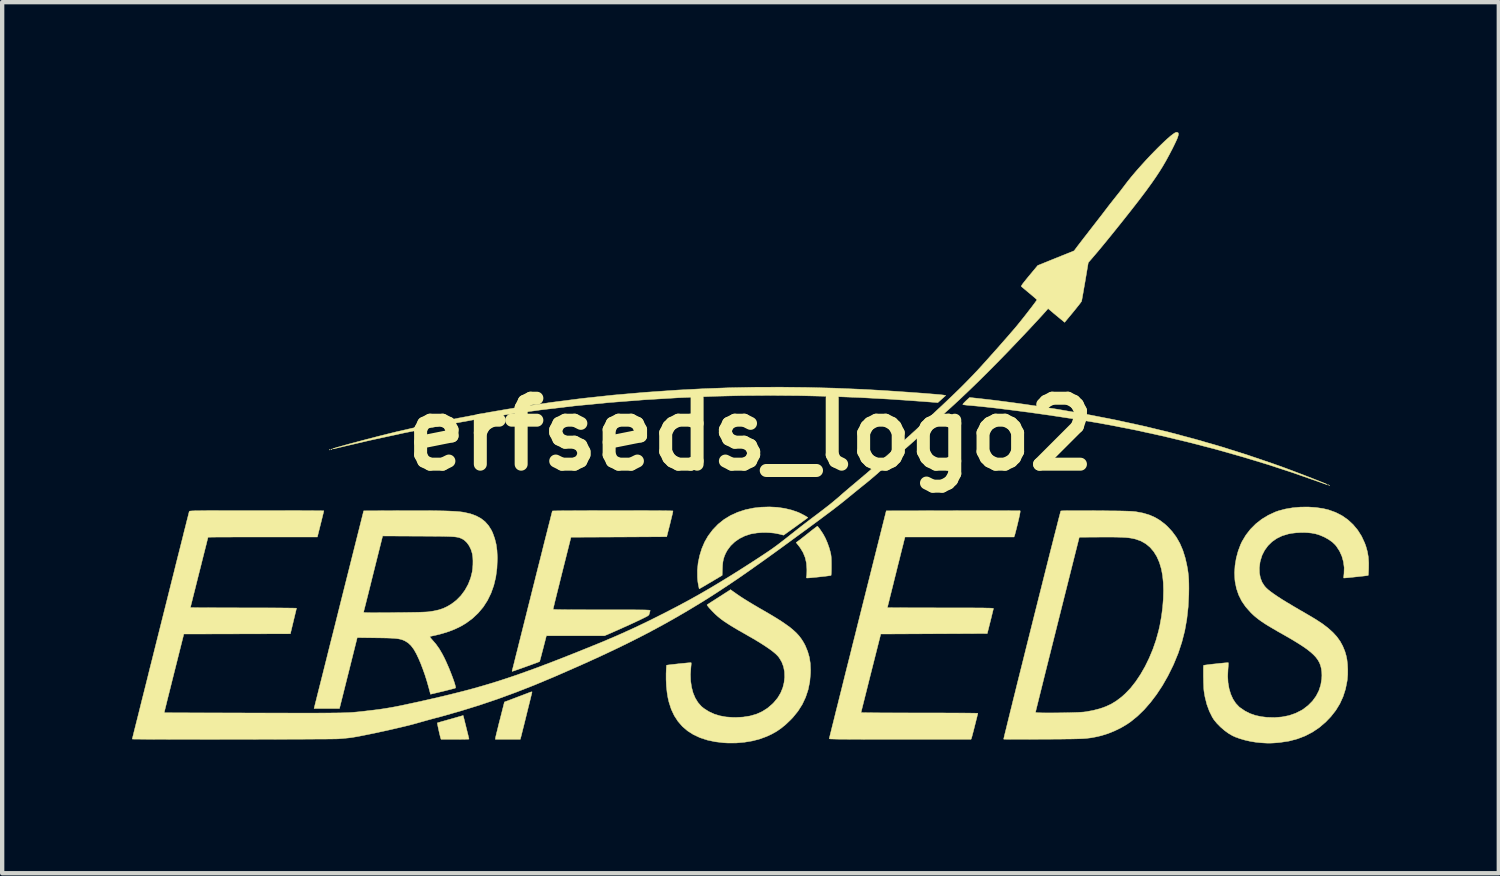
<source format=kicad_pcb>
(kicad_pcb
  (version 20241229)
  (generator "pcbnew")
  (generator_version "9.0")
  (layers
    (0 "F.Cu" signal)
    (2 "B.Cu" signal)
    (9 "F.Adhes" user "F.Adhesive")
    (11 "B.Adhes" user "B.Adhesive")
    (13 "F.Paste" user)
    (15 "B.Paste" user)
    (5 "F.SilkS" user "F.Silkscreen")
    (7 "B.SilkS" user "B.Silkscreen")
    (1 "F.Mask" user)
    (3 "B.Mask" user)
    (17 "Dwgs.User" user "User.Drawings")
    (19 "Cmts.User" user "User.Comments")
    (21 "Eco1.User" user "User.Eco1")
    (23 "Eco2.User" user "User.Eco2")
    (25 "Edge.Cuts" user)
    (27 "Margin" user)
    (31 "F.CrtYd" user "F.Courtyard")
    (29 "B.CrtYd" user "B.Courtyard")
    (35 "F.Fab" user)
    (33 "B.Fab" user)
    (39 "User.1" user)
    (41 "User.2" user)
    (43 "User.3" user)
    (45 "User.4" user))
  (footprint "erfseds_logo2"
    (layer "F.Cu")
    (at 14.285 6.982)
    (property "Reference" "erfseds_logo2" (at 0 0 0) (layer "F.SilkS") (effects (font (size 1.524 1.524) (thickness 0.3))))
    (attr through_hole)
    (fp_poly (pts (xy 13.377 1.18) (xy 13.372 1.185) (xy 13.366 1.18) (xy 13.372 1.174) (xy 13.377 1.18)) (stroke (width 0.01) (type solid)) (fill yes) (layer "F.SilkS"))
    (fp_poly (pts (xy -9.712 0.354) (xy -9.714 0.36) (xy -9.72 0.361) (xy -9.729 0.357) (xy -9.727 0.354) (xy -9.714 0.352) (xy -9.712 0.354)) (stroke (width 0.01) (type solid)) (fill yes) (layer "F.SilkS"))
    (fp_poly (pts (xy -9.666 0.343) (xy -9.67 0.348) (xy -9.681 0.349) (xy -9.693 0.346) (xy -9.688 0.342) (xy -9.67 0.341) (xy -9.666 0.343)) (stroke (width 0.01) (type solid)) (fill yes) (layer "F.SilkS"))
    (fp_poly (pts (xy 13.351 1.167) (xy 13.349 1.173) (xy 13.343 1.174) (xy 13.334 1.17) (xy 13.336 1.167) (xy 13.349 1.165) (xy 13.351 1.167)) (stroke (width 0.01) (type solid)) (fill yes) (layer "F.SilkS"))
    (fp_poly (pts (xy -5.046 5.95) (xy -5.049 5.962) (xy -5.056 5.994) (xy -5.068 6.042) (xy -5.083 6.104) (xy -5.101 6.178) (xy -5.122 6.261) (xy -5.144 6.35) (xy -5.167 6.443) (xy -5.19 6.537) (xy -5.213 6.63) (xy -5.235 6.719) (xy -5.256 6.801) (xy -5.274 6.873) (xy -5.289 6.934) (xy -5.301 6.981) (xy -5.307 7.002) (xy -5.318 7.044) (xy -5.893 7.044) (xy -5.892 7.019) (xy -5.889 7.002) (xy -5.881 6.967) (xy -5.869 6.914) (xy -5.852 6.848) (xy -5.833 6.77) (xy -5.812 6.683) (xy -5.788 6.591) (xy -5.787 6.588) (xy -5.684 6.182) (xy -5.424 6.084) (xy -5.349 6.055) (xy -5.276 6.028) (xy -5.212 6.003) (xy -5.158 5.983) (xy -5.12 5.968) (xy -5.105 5.962) (xy -5.074 5.951) (xy -5.052 5.947) (xy -5.046 5.95)) (stroke (width 0.01) (type solid)) (fill yes) (layer "F.SilkS"))
    (fp_poly (pts (xy -6.627 6.535) (xy -6.618 6.569) (xy -6.606 6.616) (xy -6.592 6.674) (xy -6.576 6.737) (xy -6.56 6.803) (xy -6.544 6.867) (xy -6.529 6.926) (xy -6.517 6.976) (xy -6.508 7.014) (xy -6.503 7.035) (xy -6.502 7.038) (xy -6.513 7.04) (xy -6.544 7.041) (xy -6.591 7.042) (xy -6.653 7.043) (xy -6.726 7.044) (xy -6.807 7.044) (xy -6.824 7.044) (xy -7.146 7.044) (xy -7.156 7.019) (xy -7.163 6.996) (xy -7.172 6.959) (xy -7.184 6.911) (xy -7.196 6.858) (xy -7.208 6.803) (xy -7.219 6.752) (xy -7.227 6.709) (xy -7.233 6.679) (xy -7.234 6.666) (xy -7.234 6.665) (xy -7.222 6.661) (xy -7.191 6.652) (xy -7.146 6.638) (xy -7.088 6.622) (xy -7.02 6.603) (xy -6.987 6.593) (xy -6.913 6.573) (xy -6.843 6.553) (xy -6.781 6.535) (xy -6.732 6.521) (xy -6.699 6.512) (xy -6.692 6.51) (xy -6.638 6.493) (xy -6.627 6.535)) (stroke (width 0.01) (type solid)) (fill yes) (layer "F.SilkS"))
    (fp_poly (pts (xy 1.555 2.131) (xy 1.575 2.156) (xy 1.602 2.191) (xy 1.632 2.235) (xy 1.663 2.281) (xy 1.684 2.315) (xy 1.732 2.405) (xy 1.777 2.51) (xy 1.817 2.623) (xy 1.838 2.698) (xy 1.849 2.742) (xy 1.857 2.781) (xy 1.862 2.819) (xy 1.865 2.861) (xy 1.867 2.912) (xy 1.868 2.978) (xy 1.868 3.033) (xy 1.868 3.101) (xy 1.867 3.161) (xy 1.865 3.209) (xy 1.862 3.243) (xy 1.86 3.258) (xy 1.86 3.258) (xy 1.847 3.261) (xy 1.816 3.266) (xy 1.769 3.272) (xy 1.712 3.279) (xy 1.647 3.286) (xy 1.578 3.294) (xy 1.51 3.301) (xy 1.444 3.307) (xy 1.387 3.313) (xy 1.341 3.316) (xy 1.309 3.318) (xy 1.306 3.318) (xy 1.294 3.316) (xy 1.29 3.302) (xy 1.294 3.277) (xy 1.298 3.248) (xy 1.3 3.203) (xy 1.301 3.149) (xy 1.301 3.11) (xy 1.291 2.972) (xy 1.262 2.846) (xy 1.214 2.729) (xy 1.146 2.617) (xy 1.119 2.582) (xy 1.053 2.499) (xy 1.096 2.468) (xy 1.118 2.452) (xy 1.154 2.425) (xy 1.201 2.388) (xy 1.256 2.345) (xy 1.315 2.298) (xy 1.338 2.28) (xy 1.395 2.234) (xy 1.447 2.194) (xy 1.49 2.161) (xy 1.522 2.137) (xy 1.541 2.124) (xy 1.544 2.122) (xy 1.555 2.131)) (stroke (width 0.01) (type solid)) (fill yes) (layer "F.SilkS"))
    (fp_poly (pts (xy 0.616 1.685) (xy 0.792 1.711) (xy 0.957 1.751) (xy 1.11 1.805) (xy 1.247 1.874) (xy 1.28 1.894) (xy 1.325 1.922) (xy 1.298 1.945) (xy 1.281 1.957) (xy 1.249 1.98) (xy 1.204 2.013) (xy 1.149 2.053) (xy 1.086 2.098) (xy 1.019 2.147) (xy 1.017 2.148) (xy 0.764 2.329) (xy 0.667 2.304) (xy 0.549 2.281) (xy 0.418 2.269) (xy 0.282 2.267) (xy 0.149 2.277) (xy 0.027 2.297) (xy -0.002 2.303) (xy -0.135 2.347) (xy -0.258 2.408) (xy -0.366 2.484) (xy -0.46 2.574) (xy -0.536 2.676) (xy -0.575 2.747) (xy -0.604 2.814) (xy -0.624 2.878) (xy -0.638 2.945) (xy -0.646 3.023) (xy -0.65 3.104) (xy -0.655 3.257) (xy -0.855 3.376) (xy -0.92 3.415) (xy -0.984 3.452) (xy -1.04 3.486) (xy -1.087 3.513) (xy -1.118 3.531) (xy -1.12 3.532) (xy -1.185 3.569) (xy -1.191 3.543) (xy -1.205 3.474) (xy -1.215 3.417) (xy -1.222 3.358) (xy -1.226 3.299) (xy -1.227 3.136) (xy -1.21 2.968) (xy -1.175 2.801) (xy -1.125 2.639) (xy -1.06 2.487) (xy -0.981 2.349) (xy -0.873 2.205) (xy -0.75 2.077) (xy -0.613 1.967) (xy -0.461 1.874) (xy -0.296 1.799) (xy -0.117 1.741) (xy 0.075 1.701) (xy 0.246 1.682) (xy 0.434 1.676) (xy 0.616 1.685)) (stroke (width 0.01) (type solid)) (fill yes) (layer "F.SilkS"))
    (fp_poly (pts (xy 5.248 -0.831) (xy 5.434 -0.81) (xy 5.639 -0.786) (xy 5.857 -0.758) (xy 6.083 -0.728) (xy 6.315 -0.696) (xy 6.547 -0.662) (xy 6.775 -0.628) (xy 6.995 -0.594) (xy 7.106 -0.576) (xy 7.769 -0.461) (xy 8.415 -0.335) (xy 9.046 -0.198) (xy 9.665 -0.049) (xy 10.276 0.114) (xy 10.881 0.289) (xy 11.483 0.479) (xy 12.085 0.684) (xy 12.333 0.773) (xy 12.41 0.802) (xy 12.495 0.833) (xy 12.586 0.868) (xy 12.681 0.904) (xy 12.778 0.941) (xy 12.874 0.978) (xy 12.966 1.014) (xy 13.053 1.048) (xy 13.131 1.079) (xy 13.199 1.106) (xy 13.254 1.129) (xy 13.294 1.146) (xy 13.316 1.156) (xy 13.32 1.158) (xy 13.321 1.161) (xy 13.314 1.161) (xy 13.295 1.155) (xy 13.263 1.145) (xy 13.216 1.128) (xy 13.152 1.105) (xy 13.089 1.083) (xy 12.521 0.884) (xy 11.936 0.693) (xy 11.337 0.512) (xy 10.729 0.34) (xy 10.115 0.181) (xy 9.5 0.034) (xy 8.887 -0.1) (xy 8.281 -0.219) (xy 8.213 -0.231) (xy 8.007 -0.268) (xy 7.789 -0.305) (xy 7.56 -0.342) (xy 7.322 -0.379) (xy 7.08 -0.416) (xy 6.834 -0.452) (xy 6.589 -0.487) (xy 6.346 -0.52) (xy 6.108 -0.551) (xy 5.878 -0.58) (xy 5.658 -0.607) (xy 5.451 -0.63) (xy 5.26 -0.65) (xy 5.087 -0.666) (xy 5.012 -0.672) (xy 4.967 -0.677) (xy 4.93 -0.682) (xy 4.907 -0.686) (xy 4.904 -0.687) (xy 4.906 -0.698) (xy 4.923 -0.72) (xy 4.953 -0.751) (xy 4.975 -0.773) (xy 5.06 -0.851) (xy 5.248 -0.831)) (stroke (width 0.01) (type solid)) (fill yes) (layer "F.SilkS"))
    (fp_poly (pts (xy 1.312 -1.083) (xy 1.929 -1.067) (xy 2.547 -1.041) (xy 2.709 -1.033) (xy 2.827 -1.026) (xy 2.953 -1.019) (xy 3.086 -1.011) (xy 3.223 -1.002) (xy 3.362 -0.993) (xy 3.501 -0.983) (xy 3.639 -0.974) (xy 3.773 -0.964) (xy 3.901 -0.955) (xy 4.022 -0.946) (xy 4.132 -0.937) (xy 4.231 -0.929) (xy 4.315 -0.922) (xy 4.384 -0.916) (xy 4.435 -0.91) (xy 4.465 -0.906) (xy 4.469 -0.905) (xy 4.508 -0.897) (xy 4.417 -0.815) (xy 4.326 -0.733) (xy 3.961 -0.761) (xy 3.249 -0.811) (xy 2.54 -0.85) (xy 1.838 -0.877) (xy 1.144 -0.894) (xy 0.462 -0.9) (xy -0.206 -0.895) (xy -0.824 -0.88) (xy -1.653 -0.846) (xy -2.468 -0.797) (xy -3.27 -0.734) (xy -4.063 -0.657) (xy -4.85 -0.564) (xy -5.634 -0.456) (xy -6.418 -0.332) (xy -7.204 -0.191) (xy -7.997 -0.034) (xy -8.799 0.14) (xy -9.265 0.249) (xy -9.368 0.273) (xy -9.452 0.293) (xy -9.517 0.308) (xy -9.567 0.32) (xy -9.603 0.328) (xy -9.628 0.333) (xy -9.643 0.336) (xy -9.651 0.337) (xy -9.653 0.336) (xy -9.651 0.335) (xy -9.651 0.334) (xy -9.637 0.328) (xy -9.603 0.317) (xy -9.551 0.301) (xy -9.483 0.282) (xy -9.401 0.259) (xy -9.308 0.233) (xy -9.205 0.205) (xy -9.094 0.176) (xy -8.977 0.145) (xy -8.857 0.113) (xy -8.735 0.082) (xy -8.614 0.05) (xy -8.495 0.02) (xy -8.38 -0.009) (xy -8.272 -0.035) (xy -8.184 -0.057) (xy -7.462 -0.224) (xy -6.746 -0.375) (xy -6.033 -0.51) (xy -5.322 -0.631) (xy -4.609 -0.737) (xy -3.891 -0.829) (xy -3.165 -0.907) (xy -2.428 -0.971) (xy -1.677 -1.023) (xy -1.061 -1.055) (xy -0.489 -1.076) (xy 0.099 -1.088) (xy 0.701 -1.09) (xy 1.312 -1.083)) (stroke (width 0.01) (type solid)) (fill yes) (layer "F.SilkS"))
    (fp_poly (pts (xy -0.42 3.618) (xy -0.335 3.678) (xy -0.246 3.739) (xy -0.149 3.802) (xy -0.042 3.868) (xy 0.079 3.941) (xy 0.215 4.021) (xy 0.299 4.069) (xy 0.457 4.161) (xy 0.595 4.244) (xy 0.716 4.321) (xy 0.821 4.393) (xy 0.913 4.46) (xy 0.991 4.525) (xy 1.059 4.588) (xy 1.117 4.651) (xy 1.167 4.716) (xy 1.211 4.783) (xy 1.251 4.854) (xy 1.265 4.882) (xy 1.319 5.013) (xy 1.358 5.147) (xy 1.38 5.288) (xy 1.387 5.441) (xy 1.385 5.52) (xy 1.368 5.715) (xy 1.33 5.899) (xy 1.272 6.073) (xy 1.195 6.237) (xy 1.097 6.392) (xy 0.978 6.539) (xy 0.92 6.599) (xy 0.813 6.701) (xy 0.709 6.786) (xy 0.604 6.859) (xy 0.49 6.923) (xy 0.372 6.978) (xy 0.214 7.036) (xy 0.042 7.081) (xy -0.14 7.111) (xy -0.328 7.128) (xy -0.518 7.129) (xy -0.615 7.124) (xy -0.816 7.1) (xy -1 7.061) (xy -1.167 7.006) (xy -1.319 6.935) (xy -1.454 6.849) (xy -1.572 6.748) (xy -1.675 6.63) (xy -1.761 6.498) (xy -1.831 6.349) (xy -1.884 6.185) (xy -1.907 6.087) (xy -1.928 5.957) (xy -1.943 5.814) (xy -1.95 5.665) (xy -1.95 5.52) (xy -1.949 5.505) (xy -1.947 5.446) (xy -1.944 5.395) (xy -1.942 5.358) (xy -1.94 5.337) (xy -1.939 5.334) (xy -1.927 5.331) (xy -1.896 5.326) (xy -1.85 5.321) (xy -1.792 5.314) (xy -1.728 5.307) (xy -1.659 5.299) (xy -1.59 5.292) (xy -1.524 5.286) (xy -1.466 5.28) (xy -1.419 5.276) (xy -1.386 5.274) (xy -1.372 5.274) (xy -1.372 5.274) (xy -1.37 5.287) (xy -1.371 5.317) (xy -1.375 5.359) (xy -1.377 5.38) (xy -1.388 5.543) (xy -1.383 5.696) (xy -1.362 5.84) (xy -1.327 5.972) (xy -1.277 6.091) (xy -1.213 6.195) (xy -1.136 6.283) (xy -1.08 6.329) (xy -0.966 6.402) (xy -0.844 6.459) (xy -0.712 6.5) (xy -0.567 6.527) (xy -0.407 6.538) (xy -0.344 6.539) (xy -0.171 6.53) (xy -0.012 6.505) (xy 0.134 6.463) (xy 0.267 6.404) (xy 0.389 6.327) (xy 0.502 6.231) (xy 0.537 6.196) (xy 0.627 6.088) (xy 0.696 5.973) (xy 0.746 5.85) (xy 0.774 5.737) (xy 0.789 5.609) (xy 0.785 5.484) (xy 0.762 5.366) (xy 0.721 5.257) (xy 0.662 5.159) (xy 0.636 5.126) (xy 0.585 5.074) (xy 0.515 5.015) (xy 0.425 4.949) (xy 0.319 4.877) (xy 0.196 4.799) (xy 0.057 4.716) (xy -0.017 4.674) (xy -0.154 4.595) (xy -0.274 4.527) (xy -0.377 4.466) (xy -0.466 4.412) (xy -0.542 4.363) (xy -0.609 4.319) (xy -0.667 4.277) (xy -0.718 4.237) (xy -0.765 4.198) (xy -0.809 4.158) (xy -0.835 4.133) (xy -0.888 4.079) (xy -0.933 4.031) (xy -0.969 3.99) (xy -0.993 3.959) (xy -1.004 3.94) (xy -1.003 3.936) (xy -0.993 3.929) (xy -0.966 3.912) (xy -0.925 3.885) (xy -0.873 3.851) (xy -0.811 3.812) (xy -0.742 3.768) (xy -0.73 3.76) (xy -0.461 3.587) (xy -0.42 3.618)) (stroke (width 0.01) (type solid)) (fill yes) (layer "F.SilkS"))
    (fp_poly (pts (xy -2.962 1.761) (xy -2.812 1.761) (xy -2.665 1.762) (xy -2.525 1.762) (xy -2.391 1.762) (xy -2.267 1.763) (xy -2.154 1.763) (xy -2.053 1.764) (xy -1.966 1.765) (xy -1.894 1.766) (xy -1.841 1.767) (xy -1.806 1.768) (xy -1.792 1.769) (xy -1.792 1.77) (xy -1.793 1.782) (xy -1.799 1.814) (xy -1.81 1.862) (xy -1.825 1.922) (xy -1.842 1.993) (xy -1.861 2.071) (xy -1.861 2.072) (xy -1.936 2.365) (xy -3.042 2.371) (xy -4.147 2.376) (xy -4.354 3.2) (xy -4.387 3.333) (xy -4.418 3.459) (xy -4.448 3.578) (xy -4.475 3.686) (xy -4.499 3.784) (xy -4.52 3.868) (xy -4.536 3.937) (xy -4.549 3.99) (xy -4.557 4.024) (xy -4.56 4.038) (xy -4.56 4.039) (xy -4.556 4.041) (xy -4.543 4.043) (xy -4.52 4.045) (xy -4.485 4.047) (xy -4.438 4.048) (xy -4.378 4.049) (xy -4.303 4.05) (xy -4.212 4.051) (xy -4.105 4.052) (xy -3.979 4.052) (xy -3.835 4.052) (xy -3.671 4.053) (xy -3.485 4.053) (xy -3.437 4.053) (xy -3.252 4.053) (xy -3.089 4.053) (xy -2.946 4.053) (xy -2.822 4.053) (xy -2.715 4.053) (xy -2.624 4.054) (xy -2.548 4.055) (xy -2.486 4.055) (xy -2.436 4.056) (xy -2.396 4.058) (xy -2.367 4.059) (xy -2.346 4.061) (xy -2.331 4.063) (xy -2.323 4.065) (xy -2.319 4.068) (xy -2.318 4.071) (xy -2.318 4.072) (xy -2.325 4.096) (xy -2.334 4.129) (xy -2.336 4.138) (xy -2.341 4.155) (xy -2.347 4.169) (xy -2.358 4.181) (xy -2.377 4.195) (xy -2.406 4.211) (xy -2.449 4.233) (xy -2.508 4.262) (xy -2.529 4.272) (xy -2.649 4.329) (xy -2.78 4.39) (xy -2.916 4.451) (xy -3.049 4.511) (xy -3.172 4.565) (xy -3.235 4.593) (xy -3.371 4.651) (xy -4.715 4.651) (xy -4.791 4.947) (xy -4.812 5.026) (xy -4.83 5.096) (xy -4.846 5.157) (xy -4.859 5.204) (xy -4.867 5.235) (xy -4.871 5.247) (xy -4.871 5.247) (xy -4.883 5.253) (xy -4.913 5.265) (xy -4.958 5.282) (xy -5.014 5.302) (xy -5.079 5.326) (xy -5.149 5.351) (xy -5.22 5.377) (xy -5.29 5.402) (xy -5.356 5.425) (xy -5.413 5.445) (xy -5.459 5.461) (xy -5.491 5.471) (xy -5.504 5.475) (xy -5.504 5.475) (xy -5.507 5.466) (xy -5.505 5.455) (xy -5.501 5.442) (xy -5.493 5.409) (xy -5.479 5.355) (xy -5.461 5.284) (xy -5.439 5.195) (xy -5.413 5.09) (xy -5.382 4.969) (xy -5.349 4.835) (xy -5.312 4.689) (xy -5.272 4.53) (xy -5.23 4.362) (xy -5.185 4.184) (xy -5.139 3.998) (xy -5.09 3.805) (xy -5.041 3.608) (xy -4.991 3.41) (xy -4.943 3.217) (xy -4.896 3.031) (xy -4.851 2.854) (xy -4.809 2.686) (xy -4.77 2.529) (xy -4.733 2.383) (xy -4.699 2.25) (xy -4.669 2.13) (xy -4.642 2.026) (xy -4.62 1.938) (xy -4.602 1.867) (xy -4.589 1.815) (xy -4.58 1.783) (xy -4.577 1.771) (xy -4.577 1.771) (xy -4.565 1.769) (xy -4.532 1.768) (xy -4.48 1.767) (xy -4.411 1.766) (xy -4.325 1.765) (xy -4.225 1.764) (xy -4.113 1.764) (xy -3.99 1.763) (xy -3.858 1.763) (xy -3.718 1.762) (xy -3.572 1.762) (xy -3.421 1.761) (xy -3.269 1.761) (xy -3.115 1.761) (xy -2.962 1.761)) (stroke (width 0.01) (type solid)) (fill yes) (layer "F.SilkS"))
    (fp_poly (pts (xy 5.665 1.763) (xy 5.793 1.763) (xy 5.907 1.763) (xy 6.006 1.764) (xy 6.089 1.764) (xy 6.153 1.764) (xy 6.198 1.765) (xy 6.223 1.765) (xy 6.227 1.766) (xy 6.229 1.778) (xy 6.225 1.81) (xy 6.215 1.864) (xy 6.199 1.938) (xy 6.176 2.034) (xy 6.174 2.045) (xy 6.155 2.122) (xy 6.137 2.193) (xy 6.122 2.254) (xy 6.109 2.302) (xy 6.1 2.334) (xy 6.096 2.345) (xy 6.085 2.371) (xy 3.568 2.371) (xy 3.557 2.413) (xy 3.551 2.436) (xy 3.54 2.478) (xy 3.526 2.537) (xy 3.507 2.609) (xy 3.486 2.694) (xy 3.462 2.789) (xy 3.437 2.892) (xy 3.409 3.001) (xy 3.381 3.114) (xy 3.353 3.228) (xy 3.324 3.342) (xy 3.297 3.454) (xy 3.27 3.561) (xy 3.245 3.661) (xy 3.222 3.752) (xy 3.203 3.832) (xy 3.186 3.899) (xy 3.173 3.951) (xy 3.165 3.986) (xy 3.161 4.001) (xy 3.161 4.002) (xy 3.172 4.003) (xy 3.204 4.003) (xy 3.256 4.004) (xy 3.326 4.005) (xy 3.413 4.005) (xy 3.515 4.006) (xy 3.631 4.006) (xy 3.76 4.007) (xy 3.899 4.007) (xy 4.048 4.007) (xy 4.205 4.007) (xy 4.369 4.008) (xy 4.386 4.008) (xy 4.586 4.008) (xy 4.764 4.008) (xy 4.922 4.008) (xy 5.06 4.008) (xy 5.18 4.009) (xy 5.283 4.01) (xy 5.369 4.01) (xy 5.441 4.012) (xy 5.498 4.013) (xy 5.542 4.014) (xy 5.575 4.016) (xy 5.596 4.018) (xy 5.607 4.02) (xy 5.61 4.022) (xy 5.608 4.036) (xy 5.6 4.069) (xy 5.588 4.118) (xy 5.573 4.18) (xy 5.556 4.251) (xy 5.539 4.318) (xy 5.468 4.6) (xy 4.238 4.606) (xy 3.008 4.612) (xy 2.78 5.515) (xy 2.745 5.653) (xy 2.712 5.786) (xy 2.681 5.91) (xy 2.652 6.025) (xy 2.626 6.129) (xy 2.603 6.22) (xy 2.584 6.296) (xy 2.569 6.356) (xy 2.558 6.399) (xy 2.553 6.422) (xy 2.552 6.426) (xy 2.563 6.427) (xy 2.595 6.428) (xy 2.647 6.429) (xy 2.717 6.43) (xy 2.805 6.431) (xy 2.908 6.432) (xy 3.026 6.433) (xy 3.156 6.433) (xy 3.298 6.434) (xy 3.45 6.434) (xy 3.61 6.434) (xy 3.779 6.435) (xy 3.9 6.435) (xy 4.073 6.435) (xy 4.239 6.435) (xy 4.397 6.435) (xy 4.546 6.436) (xy 4.685 6.436) (xy 4.812 6.437) (xy 4.925 6.437) (xy 5.024 6.438) (xy 5.106 6.439) (xy 5.171 6.44) (xy 5.218 6.441) (xy 5.244 6.442) (xy 5.249 6.442) (xy 5.247 6.457) (xy 5.239 6.489) (xy 5.228 6.536) (xy 5.213 6.594) (xy 5.197 6.66) (xy 5.179 6.729) (xy 5.162 6.798) (xy 5.145 6.864) (xy 5.129 6.923) (xy 5.117 6.97) (xy 5.107 7.004) (xy 5.103 7.019) (xy 5.092 7.044) (xy 3.455 7.044) (xy 3.222 7.044) (xy 3.011 7.044) (xy 2.821 7.044) (xy 2.651 7.044) (xy 2.499 7.043) (xy 2.366 7.043) (xy 2.25 7.042) (xy 2.149 7.041) (xy 2.064 7.041) (xy 1.994 7.04) (xy 1.936 7.038) (xy 1.891 7.037) (xy 1.858 7.036) (xy 1.835 7.034) (xy 1.822 7.032) (xy 1.818 7.03) (xy 1.818 7.03) (xy 1.82 7.018) (xy 1.828 6.985) (xy 1.841 6.932) (xy 1.859 6.86) (xy 1.881 6.77) (xy 1.908 6.663) (xy 1.939 6.539) (xy 1.973 6.4) (xy 2.012 6.247) (xy 2.053 6.081) (xy 2.098 5.903) (xy 2.145 5.713) (xy 2.195 5.512) (xy 2.248 5.302) (xy 2.303 5.084) (xy 2.359 4.857) (xy 2.418 4.625) (xy 2.476 4.391) (xy 3.135 1.767) (xy 4.675 1.764) (xy 4.859 1.763) (xy 5.038 1.763) (xy 5.209 1.763) (xy 5.372 1.763) (xy 5.524 1.763) (xy 5.665 1.763)) (stroke (width 0.01) (type solid)) (fill yes) (layer "F.SilkS"))
    (fp_poly (pts (xy 7.694 1.763) (xy 7.846 1.763) (xy 7.977 1.764) (xy 8.139 1.765) (xy 8.279 1.767) (xy 8.401 1.768) (xy 8.505 1.769) (xy 8.593 1.771) (xy 8.668 1.773) (xy 8.73 1.775) (xy 8.782 1.777) (xy 8.825 1.78) (xy 8.861 1.783) (xy 8.891 1.786) (xy 8.903 1.788) (xy 9.064 1.818) (xy 9.209 1.861) (xy 9.34 1.918) (xy 9.462 1.991) (xy 9.577 2.08) (xy 9.626 2.125) (xy 9.738 2.245) (xy 9.835 2.376) (xy 9.917 2.52) (xy 9.985 2.679) (xy 10.04 2.854) (xy 10.074 3.003) (xy 10.092 3.095) (xy 10.105 3.182) (xy 10.115 3.267) (xy 10.121 3.355) (xy 10.124 3.452) (xy 10.125 3.561) (xy 10.123 3.688) (xy 10.123 3.696) (xy 10.108 3.989) (xy 10.077 4.268) (xy 10.029 4.538) (xy 9.962 4.799) (xy 9.878 5.054) (xy 9.774 5.307) (xy 9.754 5.35) (xy 9.638 5.584) (xy 9.513 5.803) (xy 9.379 6.006) (xy 9.238 6.192) (xy 9.091 6.36) (xy 8.938 6.508) (xy 8.781 6.636) (xy 8.692 6.697) (xy 8.555 6.778) (xy 8.407 6.85) (xy 8.253 6.912) (xy 8.102 6.959) (xy 8.009 6.981) (xy 7.961 6.991) (xy 7.917 6.999) (xy 7.875 7.007) (xy 7.833 7.013) (xy 7.79 7.018) (xy 7.744 7.023) (xy 7.692 7.027) (xy 7.634 7.03) (xy 7.567 7.032) (xy 7.489 7.034) (xy 7.399 7.036) (xy 7.295 7.037) (xy 7.175 7.039) (xy 7.038 7.04) (xy 6.881 7.041) (xy 6.762 7.041) (xy 6.621 7.042) (xy 6.486 7.042) (xy 6.36 7.043) (xy 6.243 7.043) (xy 6.138 7.043) (xy 6.047 7.043) (xy 5.971 7.042) (xy 5.911 7.042) (xy 5.87 7.041) (xy 5.849 7.04) (xy 5.847 7.04) (xy 5.849 7.028) (xy 5.856 6.996) (xy 5.868 6.944) (xy 5.885 6.874) (xy 5.907 6.787) (xy 5.932 6.683) (xy 5.961 6.565) (xy 5.994 6.432) (xy 5.996 6.422) (xy 6.582 6.422) (xy 6.592 6.425) (xy 6.623 6.429) (xy 6.672 6.431) (xy 6.735 6.433) (xy 6.81 6.434) (xy 6.896 6.434) (xy 6.989 6.434) (xy 7.086 6.433) (xy 7.186 6.432) (xy 7.286 6.43) (xy 7.382 6.428) (xy 7.474 6.425) (xy 7.557 6.422) (xy 7.63 6.418) (xy 7.69 6.414) (xy 7.734 6.409) (xy 7.744 6.408) (xy 7.916 6.376) (xy 8.07 6.336) (xy 8.208 6.287) (xy 8.336 6.227) (xy 8.454 6.154) (xy 8.568 6.068) (xy 8.655 5.99) (xy 8.779 5.861) (xy 8.897 5.711) (xy 9.008 5.545) (xy 9.112 5.364) (xy 9.207 5.17) (xy 9.292 4.967) (xy 9.365 4.757) (xy 9.425 4.542) (xy 9.453 4.42) (xy 9.491 4.211) (xy 9.518 4.004) (xy 9.534 3.803) (xy 9.539 3.61) (xy 9.534 3.428) (xy 9.517 3.26) (xy 9.489 3.11) (xy 9.444 2.959) (xy 9.385 2.825) (xy 9.313 2.708) (xy 9.227 2.608) (xy 9.129 2.527) (xy 9.018 2.464) (xy 8.895 2.42) (xy 8.884 2.417) (xy 8.834 2.406) (xy 8.781 2.396) (xy 8.723 2.388) (xy 8.657 2.382) (xy 8.58 2.378) (xy 8.491 2.375) (xy 8.387 2.373) (xy 8.267 2.372) (xy 8.127 2.373) (xy 8.067 2.373) (xy 7.593 2.376) (xy 7.087 4.391) (xy 7.035 4.6) (xy 6.984 4.803) (xy 6.935 4.999) (xy 6.888 5.186) (xy 6.843 5.365) (xy 6.801 5.534) (xy 6.762 5.691) (xy 6.726 5.836) (xy 6.693 5.968) (xy 6.664 6.085) (xy 6.639 6.186) (xy 6.618 6.271) (xy 6.601 6.338) (xy 6.59 6.386) (xy 6.583 6.414) (xy 6.582 6.422) (xy 5.996 6.422) (xy 6.03 6.287) (xy 6.068 6.131) (xy 6.11 5.964) (xy 6.153 5.788) (xy 6.199 5.604) (xy 6.247 5.413) (xy 6.296 5.217) (xy 6.346 5.015) (xy 6.397 4.811) (xy 6.449 4.604) (xy 6.501 4.396) (xy 6.553 4.188) (xy 6.605 3.981) (xy 6.656 3.777) (xy 6.707 3.576) (xy 6.756 3.38) (xy 6.804 3.189) (xy 6.85 3.006) (xy 6.894 2.831) (xy 6.936 2.665) (xy 6.976 2.509) (xy 7.012 2.365) (xy 7.046 2.234) (xy 7.076 2.117) (xy 7.102 2.014) (xy 7.124 1.928) (xy 7.142 1.86) (xy 7.155 1.81) (xy 7.163 1.779) (xy 7.167 1.77) (xy 7.18 1.768) (xy 7.215 1.766) (xy 7.272 1.764) (xy 7.349 1.763) (xy 7.445 1.763) (xy 7.561 1.763) (xy 7.694 1.763)) (stroke (width 0.01) (type solid)) (fill yes) (layer "F.SilkS"))
    (fp_poly (pts (xy -7.485 1.763) (xy -7.337 1.764) (xy -7.206 1.766) (xy -7.091 1.768) (xy -6.989 1.771) (xy -6.901 1.775) (xy -6.823 1.779) (xy -6.755 1.784) (xy -6.696 1.79) (xy -6.644 1.797) (xy -6.615 1.802) (xy -6.469 1.835) (xy -6.34 1.882) (xy -6.228 1.942) (xy -6.132 2.017) (xy -6.052 2.107) (xy -5.985 2.214) (xy -5.954 2.28) (xy -5.909 2.406) (xy -5.876 2.538) (xy -5.856 2.681) (xy -5.848 2.838) (xy -5.848 2.875) (xy -5.857 3.092) (xy -5.884 3.296) (xy -5.93 3.489) (xy -5.994 3.669) (xy -6.075 3.835) (xy -6.174 3.989) (xy -6.291 4.128) (xy -6.424 4.253) (xy -6.575 4.364) (xy -6.695 4.435) (xy -6.82 4.495) (xy -6.961 4.551) (xy -7.113 4.599) (xy -7.268 4.639) (xy -7.298 4.645) (xy -7.342 4.655) (xy -7.379 4.663) (xy -7.401 4.668) (xy -7.404 4.669) (xy -7.405 4.679) (xy -7.389 4.703) (xy -7.357 4.741) (xy -7.354 4.744) (xy -7.266 4.846) (xy -7.189 4.954) (xy -7.119 5.074) (xy -7.072 5.165) (xy -7.035 5.243) (xy -6.998 5.327) (xy -6.961 5.412) (xy -6.927 5.498) (xy -6.895 5.58) (xy -6.867 5.656) (xy -6.843 5.724) (xy -6.826 5.781) (xy -6.815 5.824) (xy -6.811 5.851) (xy -6.814 5.858) (xy -6.827 5.863) (xy -6.861 5.873) (xy -6.911 5.886) (xy -6.977 5.903) (xy -7.055 5.923) (xy -7.143 5.944) (xy -7.239 5.967) (xy -7.34 5.991) (xy -7.35 5.993) (xy -7.391 6.003) (xy -7.434 5.843) (xy -7.475 5.699) (xy -7.52 5.556) (xy -7.569 5.419) (xy -7.618 5.29) (xy -7.669 5.172) (xy -7.718 5.069) (xy -7.766 4.984) (xy -7.782 4.958) (xy -7.843 4.878) (xy -7.908 4.817) (xy -7.98 4.772) (xy -7.989 4.768) (xy -8.022 4.753) (xy -8.055 4.741) (xy -8.092 4.731) (xy -8.133 4.723) (xy -8.182 4.716) (xy -8.24 4.711) (xy -8.311 4.707) (xy -8.397 4.704) (xy -8.501 4.702) (xy -8.624 4.7) (xy -8.648 4.7) (xy -9.084 4.694) (xy -9.278 5.471) (xy -9.311 5.601) (xy -9.342 5.725) (xy -9.371 5.841) (xy -9.398 5.949) (xy -9.422 6.045) (xy -9.443 6.128) (xy -9.46 6.196) (xy -9.473 6.247) (xy -9.481 6.28) (xy -9.484 6.291) (xy -9.495 6.333) (xy -10.081 6.333) (xy -10.075 6.308) (xy -10.072 6.294) (xy -10.063 6.26) (xy -10.05 6.206) (xy -10.031 6.133) (xy -10.009 6.043) (xy -9.982 5.936) (xy -9.951 5.813) (xy -9.916 5.675) (xy -9.878 5.524) (xy -9.837 5.36) (xy -9.793 5.185) (xy -9.747 4.999) (xy -9.698 4.804) (xy -9.646 4.6) (xy -9.593 4.389) (xy -9.539 4.172) (xy -9.522 4.106) (xy -8.937 4.106) (xy -8.935 4.11) (xy -8.929 4.113) (xy -8.917 4.115) (xy -8.897 4.117) (xy -8.868 4.118) (xy -8.828 4.119) (xy -8.776 4.12) (xy -8.709 4.12) (xy -8.627 4.12) (xy -8.527 4.119) (xy -8.408 4.119) (xy -8.269 4.118) (xy -8.245 4.117) (xy -8.084 4.116) (xy -7.938 4.114) (xy -7.808 4.112) (xy -7.695 4.11) (xy -7.6 4.107) (xy -7.524 4.104) (xy -7.469 4.101) (xy -7.439 4.099) (xy -7.311 4.079) (xy -7.199 4.054) (xy -7.1 4.021) (xy -7.008 3.978) (xy -6.918 3.925) (xy -6.914 3.923) (xy -6.793 3.831) (xy -6.686 3.722) (xy -6.595 3.598) (xy -6.52 3.462) (xy -6.463 3.315) (xy -6.429 3.178) (xy -6.418 3.098) (xy -6.412 3.01) (xy -6.411 2.92) (xy -6.415 2.836) (xy -6.425 2.765) (xy -6.428 2.752) (xy -6.457 2.658) (xy -6.499 2.573) (xy -6.551 2.501) (xy -6.61 2.445) (xy -6.653 2.418) (xy -6.676 2.406) (xy -6.698 2.397) (xy -6.721 2.388) (xy -6.746 2.381) (xy -6.775 2.375) (xy -6.809 2.37) (xy -6.851 2.365) (xy -6.902 2.362) (xy -6.963 2.359) (xy -7.037 2.357) (xy -7.124 2.355) (xy -7.228 2.354) (xy -7.348 2.353) (xy -7.488 2.352) (xy -7.648 2.351) (xy -7.678 2.351) (xy -8.497 2.347) (xy -8.714 3.214) (xy -8.748 3.35) (xy -8.78 3.48) (xy -8.811 3.603) (xy -8.839 3.716) (xy -8.865 3.818) (xy -8.887 3.907) (xy -8.906 3.981) (xy -8.921 4.039) (xy -8.931 4.079) (xy -8.936 4.1) (xy -8.937 4.102) (xy -8.937 4.106) (xy -9.522 4.106) (xy -9.502 4.024) (xy -8.935 1.767) (xy -8.043 1.763) (xy -7.836 1.763) (xy -7.651 1.763) (xy -7.485 1.763)) (stroke (width 0.01) (type solid)) (fill yes) (layer "F.SilkS"))
    (fp_poly (pts (xy 13.059 1.69) (xy 13.228 1.715) (xy 13.353 1.745) (xy 13.514 1.803) (xy 13.662 1.879) (xy 13.797 1.973) (xy 13.917 2.084) (xy 14.023 2.211) (xy 14.113 2.353) (xy 14.186 2.511) (xy 14.213 2.585) (xy 14.247 2.707) (xy 14.269 2.832) (xy 14.278 2.968) (xy 14.277 3.085) (xy 14.275 3.144) (xy 14.272 3.195) (xy 14.27 3.233) (xy 14.268 3.254) (xy 14.267 3.257) (xy 14.254 3.26) (xy 14.224 3.265) (xy 14.182 3.27) (xy 14.15 3.274) (xy 14.095 3.279) (xy 14.027 3.287) (xy 13.952 3.295) (xy 13.88 3.303) (xy 13.871 3.303) (xy 13.812 3.31) (xy 13.762 3.314) (xy 13.724 3.317) (xy 13.703 3.318) (xy 13.7 3.317) (xy 13.7 3.305) (xy 13.702 3.276) (xy 13.706 3.234) (xy 13.708 3.212) (xy 13.712 3.078) (xy 13.695 2.945) (xy 13.659 2.816) (xy 13.604 2.695) (xy 13.532 2.585) (xy 13.504 2.551) (xy 13.438 2.488) (xy 13.353 2.428) (xy 13.257 2.374) (xy 13.152 2.329) (xy 13.053 2.298) (xy 12.957 2.28) (xy 12.847 2.269) (xy 12.728 2.267) (xy 12.609 2.273) (xy 12.495 2.286) (xy 12.415 2.302) (xy 12.278 2.344) (xy 12.154 2.404) (xy 12.045 2.48) (xy 11.952 2.571) (xy 11.875 2.676) (xy 11.815 2.793) (xy 11.775 2.922) (xy 11.768 2.953) (xy 11.752 3.082) (xy 11.755 3.203) (xy 11.776 3.315) (xy 11.815 3.416) (xy 11.872 3.504) (xy 11.909 3.545) (xy 11.954 3.587) (xy 12.012 3.633) (xy 12.084 3.685) (xy 12.17 3.744) (xy 12.272 3.81) (xy 12.391 3.883) (xy 12.528 3.965) (xy 12.683 4.056) (xy 12.714 4.074) (xy 12.79 4.117) (xy 12.864 4.161) (xy 12.933 4.201) (xy 12.993 4.237) (xy 13.041 4.266) (xy 13.064 4.28) (xy 13.213 4.378) (xy 13.341 4.476) (xy 13.45 4.574) (xy 13.542 4.674) (xy 13.618 4.78) (xy 13.679 4.892) (xy 13.728 5.012) (xy 13.757 5.111) (xy 13.776 5.205) (xy 13.788 5.313) (xy 13.794 5.429) (xy 13.793 5.547) (xy 13.784 5.66) (xy 13.779 5.698) (xy 13.742 5.884) (xy 13.686 6.058) (xy 13.612 6.221) (xy 13.518 6.375) (xy 13.403 6.521) (xy 13.285 6.644) (xy 13.138 6.77) (xy 12.979 6.877) (xy 12.81 6.965) (xy 12.629 7.034) (xy 12.436 7.085) (xy 12.23 7.116) (xy 12.158 7.123) (xy 12.089 7.128) (xy 12.033 7.131) (xy 11.984 7.132) (xy 11.935 7.132) (xy 11.88 7.129) (xy 11.811 7.125) (xy 11.784 7.123) (xy 11.663 7.11) (xy 11.538 7.089) (xy 11.415 7.061) (xy 11.299 7.027) (xy 11.196 6.99) (xy 11.137 6.963) (xy 11.042 6.908) (xy 10.947 6.839) (xy 10.856 6.76) (xy 10.773 6.676) (xy 10.704 6.592) (xy 10.668 6.536) (xy 10.598 6.396) (xy 10.54 6.238) (xy 10.496 6.063) (xy 10.475 5.938) (xy 10.471 5.905) (xy 10.468 5.858) (xy 10.466 5.798) (xy 10.463 5.731) (xy 10.462 5.659) (xy 10.46 5.586) (xy 10.46 5.516) (xy 10.46 5.453) (xy 10.46 5.4) (xy 10.462 5.361) (xy 10.464 5.339) (xy 10.465 5.336) (xy 10.478 5.333) (xy 10.509 5.328) (xy 10.556 5.322) (xy 10.613 5.315) (xy 10.678 5.307) (xy 10.747 5.3) (xy 10.816 5.292) (xy 10.882 5.286) (xy 10.94 5.28) (xy 10.988 5.276) (xy 11.02 5.274) (xy 11.035 5.274) (xy 11.035 5.274) (xy 11.037 5.287) (xy 11.036 5.318) (xy 11.033 5.363) (xy 11.029 5.417) (xy 11.028 5.429) (xy 11.021 5.585) (xy 11.029 5.733) (xy 11.053 5.872) (xy 11.091 5.999) (xy 11.142 6.113) (xy 11.207 6.212) (xy 11.285 6.295) (xy 11.312 6.316) (xy 11.421 6.39) (xy 11.536 6.448) (xy 11.661 6.492) (xy 11.799 6.521) (xy 11.926 6.536) (xy 12.106 6.541) (xy 12.277 6.527) (xy 12.438 6.495) (xy 12.588 6.443) (xy 12.726 6.374) (xy 12.76 6.353) (xy 12.879 6.262) (xy 12.98 6.16) (xy 13.063 6.046) (xy 13.127 5.922) (xy 13.17 5.79) (xy 13.193 5.65) (xy 13.197 5.569) (xy 13.194 5.488) (xy 13.184 5.413) (xy 13.167 5.344) (xy 13.142 5.277) (xy 13.106 5.213) (xy 13.06 5.15) (xy 13.001 5.087) (xy 12.929 5.023) (xy 12.842 4.955) (xy 12.739 4.884) (xy 12.619 4.808) (xy 12.482 4.725) (xy 12.325 4.635) (xy 12.299 4.62) (xy 12.169 4.547) (xy 12.057 4.481) (xy 11.96 4.424) (xy 11.877 4.372) (xy 11.805 4.324) (xy 11.742 4.279) (xy 11.686 4.235) (xy 11.634 4.192) (xy 11.585 4.146) (xy 11.549 4.11) (xy 11.436 3.983) (xy 11.345 3.85) (xy 11.275 3.71) (xy 11.224 3.561) (xy 11.192 3.402) (xy 11.187 3.356) (xy 11.18 3.195) (xy 11.191 3.028) (xy 11.219 2.859) (xy 11.263 2.696) (xy 11.321 2.542) (xy 11.35 2.48) (xy 11.44 2.329) (xy 11.547 2.191) (xy 11.671 2.067) (xy 11.809 1.959) (xy 11.961 1.867) (xy 12.124 1.792) (xy 12.195 1.767) (xy 12.353 1.725) (xy 12.524 1.696) (xy 12.702 1.68) (xy 12.882 1.678) (xy 13.059 1.69)) (stroke (width 0.01) (type solid)) (fill yes) (layer "F.SilkS"))
    (fp_poly (pts (xy 9.861 -6.973) (xy 9.877 -6.963) (xy 9.884 -6.943) (xy 9.881 -6.913) (xy 9.869 -6.871) (xy 9.848 -6.815) (xy 9.815 -6.744) (xy 9.772 -6.655) (xy 9.744 -6.598) (xy 9.667 -6.451) (xy 9.593 -6.315) (xy 9.519 -6.188) (xy 9.441 -6.063) (xy 9.357 -5.936) (xy 9.264 -5.802) (xy 9.158 -5.656) (xy 9.155 -5.651) (xy 9.079 -5.55) (xy 8.993 -5.436) (xy 8.897 -5.312) (xy 8.794 -5.18) (xy 8.685 -5.042) (xy 8.574 -4.902) (xy 8.461 -4.761) (xy 8.349 -4.622) (xy 8.24 -4.488) (xy 8.136 -4.361) (xy 8.038 -4.243) (xy 7.949 -4.138) (xy 7.872 -4.048) (xy 7.846 -4.018) (xy 7.801 -3.967) (xy 7.728 -3.533) (xy 7.711 -3.436) (xy 7.695 -3.345) (xy 7.681 -3.263) (xy 7.668 -3.192) (xy 7.658 -3.136) (xy 7.651 -3.096) (xy 7.646 -3.075) (xy 7.646 -3.074) (xy 7.636 -3.058) (xy 7.614 -3.028) (xy 7.582 -2.986) (xy 7.541 -2.935) (xy 7.494 -2.876) (xy 7.446 -2.817) (xy 7.255 -2.587) (xy 7.164 -2.662) (xy 7.114 -2.703) (xy 7.056 -2.751) (xy 6.999 -2.798) (xy 6.973 -2.821) (xy 6.873 -2.905) (xy 6.809 -2.832) (xy 6.77 -2.789) (xy 6.724 -2.738) (xy 6.68 -2.69) (xy 6.672 -2.681) (xy 6.426 -2.416) (xy 6.182 -2.158) (xy 5.942 -1.907) (xy 5.706 -1.665) (xy 5.477 -1.434) (xy 5.256 -1.215) (xy 5.043 -1.009) (xy 4.842 -0.818) (xy 4.652 -0.643) (xy 4.595 -0.591) (xy 4.509 -0.514) (xy 4.423 -0.436) (xy 4.34 -0.361) (xy 4.262 -0.29) (xy 4.192 -0.226) (xy 4.132 -0.171) (xy 4.085 -0.127) (xy 4.064 -0.107) (xy 4.021 -0.068) (xy 3.965 -0.016) (xy 3.897 0.045) (xy 3.823 0.112) (xy 3.743 0.183) (xy 3.663 0.254) (xy 3.607 0.303) (xy 3.526 0.373) (xy 3.443 0.446) (xy 3.362 0.519) (xy 3.284 0.587) (xy 3.215 0.649) (xy 3.157 0.701) (xy 3.127 0.729) (xy 3.046 0.802) (xy 2.972 0.868) (xy 2.902 0.93) (xy 2.832 0.99) (xy 2.758 1.053) (xy 2.675 1.121) (xy 2.579 1.198) (xy 2.54 1.23) (xy 2.469 1.287) (xy 2.394 1.348) (xy 2.321 1.408) (xy 2.253 1.463) (xy 2.197 1.509) (xy 2.179 1.524) (xy 2.129 1.564) (xy 2.072 1.609) (xy 2.008 1.659) (xy 1.935 1.715) (xy 1.853 1.778) (xy 1.76 1.847) (xy 1.656 1.925) (xy 1.54 2.011) (xy 1.41 2.107) (xy 1.266 2.213) (xy 1.107 2.329) (xy 0.932 2.457) (xy 0.741 2.597) (xy 0.632 2.676) (xy 0.376 2.861) (xy 0.134 3.033) (xy -0.094 3.194) (xy -0.312 3.345) (xy -0.522 3.486) (xy -0.725 3.62) (xy -0.925 3.749) (xy -1.122 3.873) (xy -1.32 3.993) (xy -1.521 4.113) (xy -1.726 4.232) (xy -1.733 4.236) (xy -1.947 4.357) (xy -2.163 4.475) (xy -2.384 4.593) (xy -2.611 4.71) (xy -2.846 4.828) (xy -3.091 4.947) (xy -3.348 5.069) (xy -3.619 5.194) (xy -3.905 5.323) (xy -4.209 5.457) (xy -4.532 5.598) (xy -4.555 5.608) (xy -4.993 5.791) (xy -5.422 5.959) (xy -5.845 6.114) (xy -6.269 6.257) (xy -6.699 6.39) (xy -7.138 6.515) (xy -7.298 6.557) (xy -7.383 6.58) (xy -7.478 6.606) (xy -7.574 6.633) (xy -7.663 6.658) (xy -7.708 6.671) (xy -7.791 6.694) (xy -7.891 6.72) (xy -8.006 6.748) (xy -8.133 6.778) (xy -8.267 6.809) (xy -8.406 6.841) (xy -8.546 6.871) (xy -8.684 6.901) (xy -8.816 6.928) (xy -8.94 6.953) (xy -9.052 6.975) (xy -9.148 6.992) (xy -9.223 7.004) (xy -9.279 7.011) (xy -9.349 7.018) (xy -9.425 7.025) (xy -9.501 7.031) (xy -9.522 7.033) (xy -9.55 7.034) (xy -9.598 7.035) (xy -9.665 7.036) (xy -9.75 7.037) (xy -9.852 7.038) (xy -9.968 7.038) (xy -10.099 7.039) (xy -10.242 7.04) (xy -10.397 7.041) (xy -10.562 7.041) (xy -10.736 7.042) (xy -10.918 7.042) (xy -11.106 7.043) (xy -11.298 7.043) (xy -11.495 7.044) (xy -11.695 7.044) (xy -11.895 7.044) (xy -12.096 7.044) (xy -12.295 7.045) (xy -12.492 7.045) (xy -12.685 7.045) (xy -12.873 7.044) (xy -13.055 7.044) (xy -13.229 7.044) (xy -13.394 7.044) (xy -13.55 7.043) (xy -13.693 7.043) (xy -13.824 7.042) (xy -13.941 7.042) (xy -14.043 7.041) (xy -14.129 7.04) (xy -14.196 7.04) (xy -14.245 7.039) (xy -14.273 7.038) (xy -14.28 7.037) (xy -14.278 7.025) (xy -14.27 6.993) (xy -14.257 6.942) (xy -14.24 6.871) (xy -14.218 6.784) (xy -14.192 6.68) (xy -14.162 6.562) (xy -14.129 6.43) (xy -14.093 6.285) (xy -14.054 6.128) (xy -14.012 5.962) (xy -13.968 5.786) (xy -13.922 5.602) (xy -13.875 5.411) (xy -13.825 5.214) (xy -13.775 5.013) (xy -13.724 4.809) (xy -13.672 4.602) (xy -13.62 4.395) (xy -13.568 4.187) (xy -13.516 3.98) (xy -13.465 3.776) (xy -13.415 3.576) (xy -13.366 3.38) (xy -13.318 3.19) (xy -13.273 3.007) (xy -13.229 2.832) (xy -13.187 2.667) (xy -13.148 2.512) (xy -13.112 2.369) (xy -13.08 2.238) (xy -13.05 2.122) (xy -13.025 2.02) (xy -13.003 1.935) (xy -12.986 1.868) (xy -12.974 1.819) (xy -12.966 1.789) (xy -12.964 1.781) (xy -12.962 1.778) (xy -12.958 1.776) (xy -12.951 1.773) (xy -12.939 1.771) (xy -12.921 1.77) (xy -12.896 1.768) (xy -12.863 1.767) (xy -12.821 1.765) (xy -12.769 1.764) (xy -12.706 1.764) (xy -12.631 1.763) (xy -12.542 1.762) (xy -12.438 1.762) (xy -12.318 1.762) (xy -12.182 1.761) (xy -12.028 1.761) (xy -11.855 1.761) (xy -11.661 1.761) (xy -11.447 1.761) (xy -11.407 1.761) (xy -11.221 1.761) (xy -11.043 1.761) (xy -10.871 1.761) (xy -10.709 1.762) (xy -10.557 1.762) (xy -10.416 1.762) (xy -10.288 1.763) (xy -10.174 1.763) (xy -10.075 1.764) (xy -9.993 1.764) (xy -9.929 1.765) (xy -9.884 1.766) (xy -9.86 1.766) (xy -9.855 1.767) (xy -9.858 1.779) (xy -9.865 1.81) (xy -9.877 1.857) (xy -9.892 1.918) (xy -9.909 1.989) (xy -9.929 2.067) (xy -9.93 2.072) (xy -10.005 2.371) (xy -11.268 2.371) (xy -11.435 2.371) (xy -11.595 2.371) (xy -11.747 2.371) (xy -11.891 2.371) (xy -12.023 2.372) (xy -12.143 2.372) (xy -12.25 2.373) (xy -12.342 2.373) (xy -12.417 2.374) (xy -12.474 2.375) (xy -12.512 2.375) (xy -12.53 2.376) (xy -12.531 2.376) (xy -12.533 2.388) (xy -12.541 2.42) (xy -12.554 2.47) (xy -12.57 2.537) (xy -12.591 2.619) (xy -12.615 2.714) (xy -12.642 2.821) (xy -12.671 2.937) (xy -12.702 3.062) (xy -12.734 3.187) (xy -12.767 3.318) (xy -12.798 3.442) (xy -12.827 3.559) (xy -12.854 3.665) (xy -12.878 3.76) (xy -12.898 3.842) (xy -12.915 3.908) (xy -12.927 3.958) (xy -12.935 3.989) (xy -12.937 4) (xy -12.926 4.001) (xy -12.894 4.002) (xy -12.842 4.003) (xy -12.772 4.004) (xy -12.685 4.005) (xy -12.583 4.005) (xy -12.467 4.006) (xy -12.338 4.006) (xy -12.199 4.007) (xy -12.05 4.007) (xy -11.893 4.007) (xy -11.729 4.008) (xy -11.712 4.008) (xy -11.548 4.008) (xy -11.39 4.008) (xy -11.24 4.008) (xy -11.1 4.009) (xy -10.97 4.009) (xy -10.853 4.01) (xy -10.749 4.011) (xy -10.661 4.012) (xy -10.589 4.013) (xy -10.535 4.014) (xy -10.501 4.015) (xy -10.487 4.016) (xy -10.487 4.016) (xy -10.49 4.029) (xy -10.497 4.061) (xy -10.508 4.108) (xy -10.523 4.169) (xy -10.54 4.24) (xy -10.558 4.315) (xy -10.628 4.606) (xy -11.859 4.609) (xy -13.089 4.612) (xy -13.317 5.52) (xy -13.352 5.659) (xy -13.385 5.792) (xy -13.416 5.916) (xy -13.445 6.031) (xy -13.471 6.134) (xy -13.493 6.225) (xy -13.512 6.301) (xy -13.527 6.361) (xy -13.537 6.404) (xy -13.542 6.427) (xy -13.543 6.43) (xy -13.532 6.431) (xy -13.499 6.431) (xy -13.446 6.431) (xy -13.373 6.431) (xy -13.283 6.432) (xy -13.175 6.432) (xy -13.052 6.432) (xy -12.914 6.433) (xy -12.762 6.433) (xy -12.597 6.434) (xy -12.422 6.434) (xy -12.235 6.434) (xy -12.04 6.435) (xy -11.836 6.435) (xy -11.626 6.436) (xy -11.453 6.436) (xy -11.196 6.437) (xy -10.96 6.437) (xy -10.745 6.437) (xy -10.55 6.438) (xy -10.372 6.438) (xy -10.211 6.438) (xy -10.066 6.438) (xy -9.935 6.437) (xy -9.818 6.437) (xy -9.714 6.436) (xy -9.62 6.435) (xy -9.537 6.434) (xy -9.462 6.433) (xy -9.396 6.431) (xy -9.336 6.429) (xy -9.281 6.427) (xy -9.231 6.424) (xy -9.185 6.421) (xy -9.14 6.417) (xy -9.097 6.413) (xy -9.053 6.409) (xy -9.008 6.404) (xy -8.96 6.399) (xy -8.909 6.393) (xy -8.876 6.389) (xy -8.766 6.376) (xy -8.665 6.364) (xy -8.572 6.352) (xy -8.483 6.339) (xy -8.395 6.325) (xy -8.306 6.31) (xy -8.213 6.293) (xy -8.112 6.273) (xy -8.001 6.25) (xy -7.877 6.223) (xy -7.736 6.193) (xy -7.578 6.158) (xy -7.323 6.1) (xy -7.082 6.044) (xy -6.854 5.988) (xy -6.635 5.933) (xy -6.425 5.877) (xy -6.219 5.819) (xy -6.016 5.759) (xy -5.813 5.696) (xy -5.608 5.629) (xy -5.398 5.558) (xy -5.182 5.481) (xy -4.955 5.399) (xy -4.717 5.309) (xy -4.464 5.212) (xy -4.195 5.106) (xy -4.058 5.052) (xy -3.84 4.964) (xy -3.64 4.883) (xy -3.455 4.808) (xy -3.283 4.735) (xy -3.121 4.666) (xy -2.965 4.597) (xy -2.814 4.529) (xy -2.664 4.46) (xy -2.512 4.388) (xy -2.355 4.312) (xy -2.218 4.244) (xy -1.954 4.111) (xy -1.697 3.978) (xy -1.445 3.843) (xy -1.195 3.704) (xy -0.944 3.559) (xy -0.69 3.407) (xy -0.429 3.247) (xy -0.158 3.076) (xy 0.126 2.893) (xy 0.277 2.794) (xy 0.358 2.74) (xy 0.428 2.693) (xy 0.492 2.649) (xy 0.552 2.606) (xy 0.611 2.563) (xy 0.674 2.515) (xy 0.744 2.461) (xy 0.824 2.399) (xy 0.917 2.325) (xy 0.937 2.309) (xy 1.015 2.248) (xy 1.105 2.177) (xy 1.201 2.102) (xy 1.299 2.027) (xy 1.392 1.956) (xy 1.456 1.908) (xy 1.565 1.826) (xy 1.658 1.755) (xy 1.738 1.693) (xy 1.808 1.639) (xy 1.87 1.589) (xy 1.928 1.541) (xy 1.984 1.494) (xy 2.041 1.446) (xy 2.094 1.399) (xy 2.139 1.359) (xy 2.199 1.308) (xy 2.268 1.249) (xy 2.345 1.184) (xy 2.426 1.116) (xy 2.506 1.048) (xy 2.546 1.015) (xy 2.614 0.957) (xy 2.697 0.887) (xy 2.79 0.806) (xy 2.893 0.717) (xy 3.002 0.622) (xy 3.115 0.523) (xy 3.23 0.422) (xy 3.345 0.321) (xy 3.456 0.223) (xy 3.561 0.129) (xy 3.659 0.042) (xy 3.746 -0.037) (xy 3.82 -0.104) (xy 3.867 -0.148) (xy 4.023 -0.292) (xy 4.163 -0.423) (xy 4.289 -0.541) (xy 4.403 -0.647) (xy 4.506 -0.744) (xy 4.598 -0.832) (xy 4.682 -0.912) (xy 4.759 -0.986) (xy 4.83 -1.055) (xy 4.896 -1.121) (xy 4.959 -1.184) (xy 5.02 -1.246) (xy 5.081 -1.309) (xy 5.143 -1.373) (xy 5.206 -1.44) (xy 5.222 -1.456) (xy 5.265 -1.503) (xy 5.321 -1.564) (xy 5.387 -1.637) (xy 5.461 -1.719) (xy 5.541 -1.809) (xy 5.625 -1.903) (xy 5.711 -1.999) (xy 5.795 -2.095) (xy 5.877 -2.188) (xy 5.953 -2.275) (xy 6.022 -2.355) (xy 6.081 -2.423) (xy 6.129 -2.479) (xy 6.137 -2.489) (xy 6.18 -2.541) (xy 6.228 -2.601) (xy 6.281 -2.667) (xy 6.335 -2.735) (xy 6.389 -2.804) (xy 6.441 -2.872) (xy 6.49 -2.935) (xy 6.533 -2.992) (xy 6.569 -3.04) (xy 6.596 -3.077) (xy 6.612 -3.1) (xy 6.615 -3.107) (xy 6.607 -3.117) (xy 6.584 -3.138) (xy 6.548 -3.169) (xy 6.504 -3.207) (xy 6.452 -3.251) (xy 6.443 -3.258) (xy 6.389 -3.303) (xy 6.341 -3.343) (xy 6.301 -3.377) (xy 6.272 -3.401) (xy 6.257 -3.414) (xy 6.256 -3.414) (xy 6.254 -3.422) (xy 6.259 -3.435) (xy 6.272 -3.456) (xy 6.294 -3.487) (xy 6.328 -3.53) (xy 6.373 -3.586) (xy 6.431 -3.657) (xy 6.437 -3.664) (xy 6.633 -3.9) (xy 7.053 -4.07) (xy 7.473 -4.239) (xy 7.548 -4.339) (xy 7.573 -4.372) (xy 7.61 -4.42) (xy 7.656 -4.48) (xy 7.709 -4.549) (xy 7.767 -4.623) (xy 7.827 -4.701) (xy 7.862 -4.746) (xy 7.924 -4.826) (xy 7.987 -4.907) (xy 8.048 -4.986) (xy 8.105 -5.059) (xy 8.154 -5.123) (xy 8.193 -5.175) (xy 8.208 -5.194) (xy 8.256 -5.257) (xy 8.312 -5.33) (xy 8.37 -5.403) (xy 8.422 -5.468) (xy 8.427 -5.475) (xy 8.477 -5.538) (xy 8.535 -5.611) (xy 8.592 -5.686) (xy 8.644 -5.754) (xy 8.655 -5.769) (xy 8.721 -5.855) (xy 8.795 -5.947) (xy 8.876 -6.043) (xy 8.961 -6.141) (xy 9.05 -6.24) (xy 9.141 -6.34) (xy 9.232 -6.437) (xy 9.322 -6.53) (xy 9.41 -6.619) (xy 9.494 -6.701) (xy 9.572 -6.776) (xy 9.644 -6.841) (xy 9.707 -6.895) (xy 9.761 -6.936) (xy 9.803 -6.964) (xy 9.833 -6.976) (xy 9.837 -6.977) (xy 9.861 -6.973)) (stroke (width 0.01) (type solid)) (fill yes) (layer "F.SilkS")))
  (gr_rect
    (start -3 -3)
    (end 31.568 17.119)
    (stroke (width 0.1) (type default))
    (fill no)
    (layer "Edge.Cuts")))
</source>
